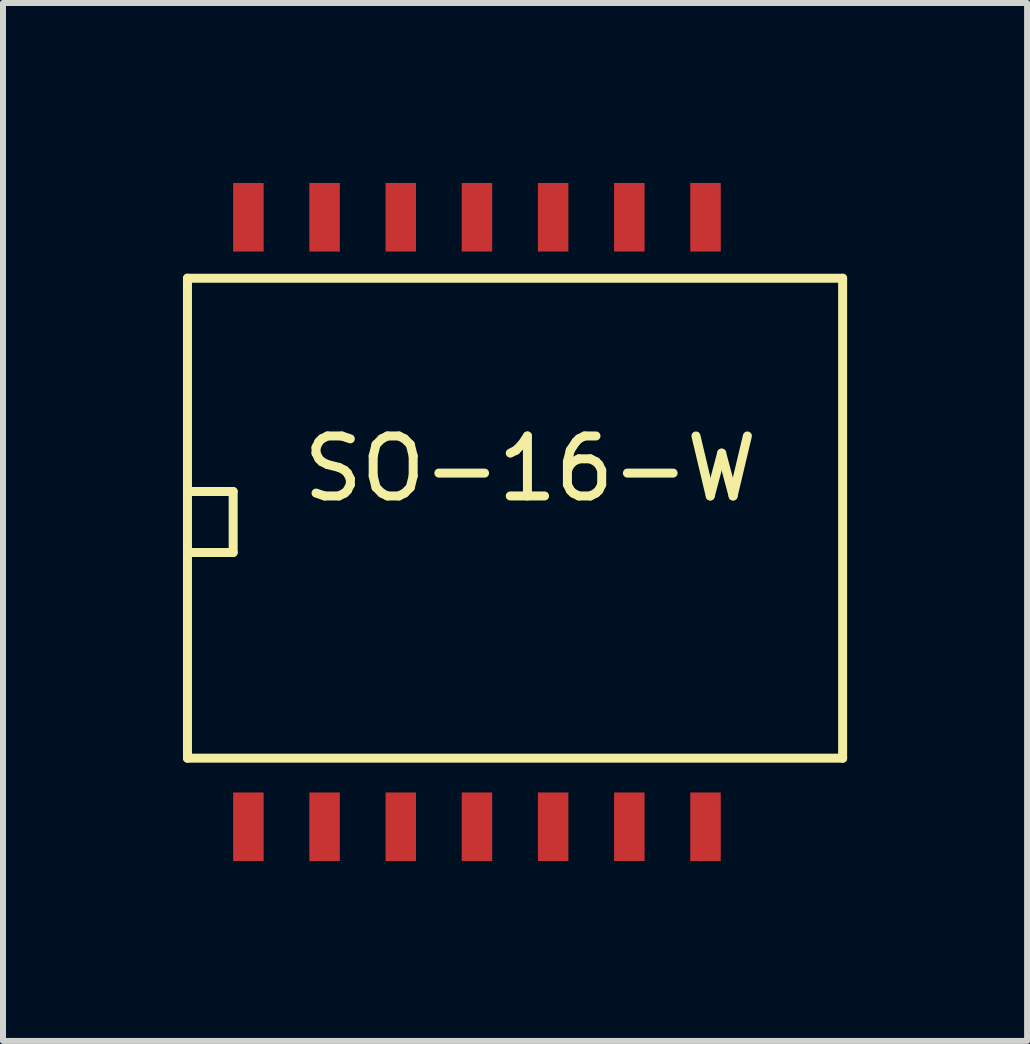
<source format=kicad_pcb>
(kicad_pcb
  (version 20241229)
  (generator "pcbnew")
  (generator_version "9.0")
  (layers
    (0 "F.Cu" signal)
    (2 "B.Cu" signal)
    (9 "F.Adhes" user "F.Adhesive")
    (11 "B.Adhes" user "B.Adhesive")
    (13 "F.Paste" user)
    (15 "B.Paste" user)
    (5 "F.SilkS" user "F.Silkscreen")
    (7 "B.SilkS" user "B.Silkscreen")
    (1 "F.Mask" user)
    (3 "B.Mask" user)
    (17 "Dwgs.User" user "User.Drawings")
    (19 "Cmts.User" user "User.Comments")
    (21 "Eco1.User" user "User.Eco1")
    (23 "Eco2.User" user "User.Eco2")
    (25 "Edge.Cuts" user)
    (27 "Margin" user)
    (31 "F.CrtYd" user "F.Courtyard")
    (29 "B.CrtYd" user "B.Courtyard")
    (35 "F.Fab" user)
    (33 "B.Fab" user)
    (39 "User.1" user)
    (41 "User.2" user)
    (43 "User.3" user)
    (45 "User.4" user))
  (footprint "SO-16-W"
    (layer "F.Cu")
    (at 5.536 5.652)
    (property "Reference" "SO-16-W" (at 0.254 -0.889 0) (layer "F.SilkS") (effects (font (size 1 1) (thickness 0.15))))
    (attr smd)
    (fp_line (start -5.461 -4.064) (end 5.461 -4.064) (stroke (width 0.15) (type solid)) (layer "F.SilkS"))
    (fp_line (start -5.461 -0.508) (end -4.699 -0.508) (stroke (width 0.15) (type solid)) (layer "F.SilkS"))
    (fp_line (start -5.461 3.937) (end -5.461 -4.064) (stroke (width 0.15) (type solid)) (layer "F.SilkS"))
    (fp_line (start -4.699 -0.508) (end -4.699 0.508) (stroke (width 0.15) (type solid)) (layer "F.SilkS"))
    (fp_line (start -4.699 0.508) (end -5.461 0.508) (stroke (width 0.15) (type solid)) (layer "F.SilkS"))
    (fp_line (start 5.461 -4.064) (end 5.461 3.937) (stroke (width 0.15) (type solid)) (layer "F.SilkS"))
    (fp_line (start 5.461 3.937) (end -5.461 3.937) (stroke (width 0.15) (type solid)) (layer "F.SilkS"))
    (pad "1" smd rect (at -4.445 5.08) (size 0.508 1.143) (layers "F.Cu" "F.Mask" "F.Paste"))
    (pad "2" smd rect (at -3.175 5.08) (size 0.508 1.143) (layers "F.Cu" "F.Mask" "F.Paste"))
    (pad "3" smd rect (at -1.905 5.08) (size 0.508 1.143) (layers "F.Cu" "F.Mask" "F.Paste"))
    (pad "4" smd rect (at -0.635 5.08) (size 0.508 1.143) (layers "F.Cu" "F.Mask" "F.Paste"))
    (pad "5" smd rect (at 0.635 5.08) (size 0.508 1.143) (layers "F.Cu" "F.Mask" "F.Paste"))
    (pad "6" smd rect (at 1.905 5.08) (size 0.508 1.143) (layers "F.Cu" "F.Mask" "F.Paste"))
    (pad "7" smd rect (at 3.175 5.08) (size 0.508 1.143) (layers "F.Cu" "F.Mask" "F.Paste"))
    (pad "8" smd rect (at 3.175 -5.08) (size 0.508 1.143) (layers "F.Cu" "F.Mask" "F.Paste"))
    (pad "9" smd rect (at 1.905 -5.08) (size 0.508 1.143) (layers "F.Cu" "F.Mask" "F.Paste"))
    (pad "10" smd rect (at 0.635 -5.08) (size 0.508 1.143) (layers "F.Cu" "F.Mask" "F.Paste"))
    (pad "11" smd rect (at -0.635 -5.08) (size 0.508 1.143) (layers "F.Cu" "F.Mask" "F.Paste"))
    (pad "12" smd rect (at -1.905 -5.08) (size 0.508 1.143) (layers "F.Cu" "F.Mask" "F.Paste"))
    (pad "13" smd rect (at -3.175 -5.08) (size 0.508 1.143) (layers "F.Cu" "F.Mask" "F.Paste"))
    (pad "14" smd rect (at -4.445 -5.08) (size 0.508 1.143) (layers "F.Cu" "F.Mask" "F.Paste")))
  (gr_rect
    (start -3 -3)
    (end 14.072 14.303)
    (stroke (width 0.1) (type default))
    (fill no)
    (layer "Edge.Cuts")))
</source>
